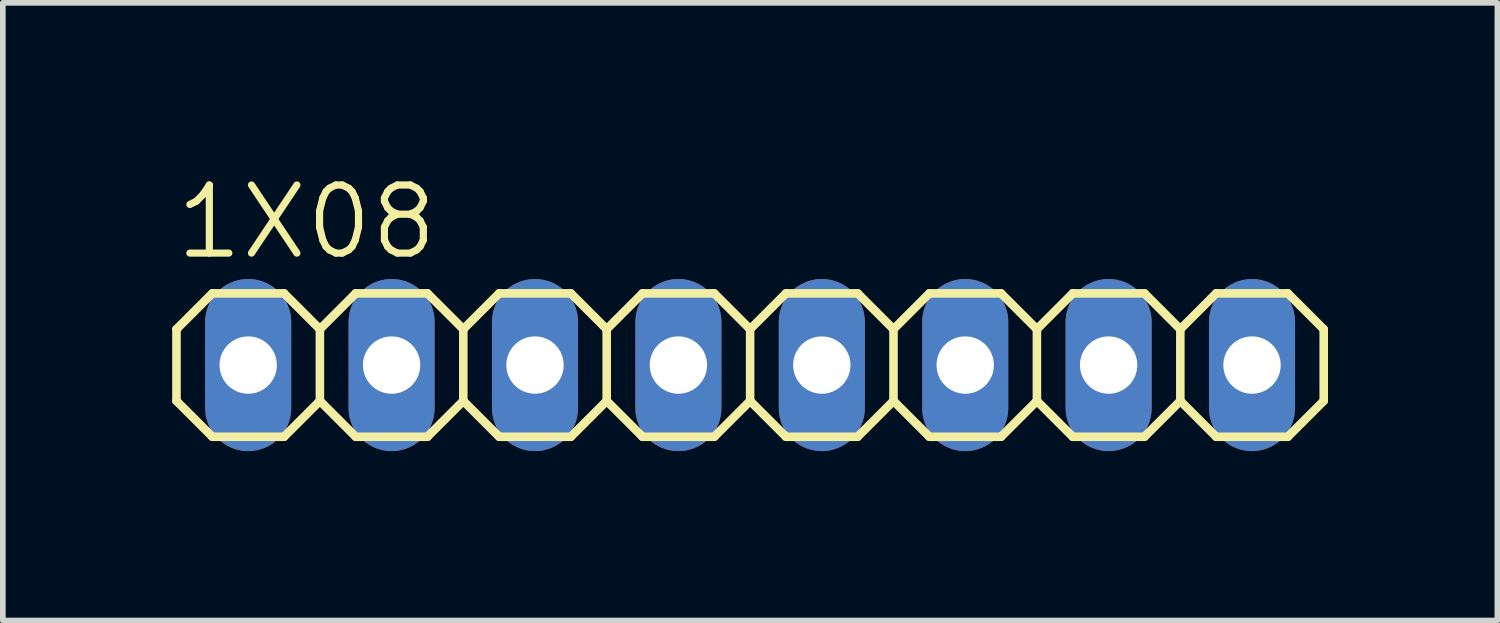
<source format=kicad_pcb>
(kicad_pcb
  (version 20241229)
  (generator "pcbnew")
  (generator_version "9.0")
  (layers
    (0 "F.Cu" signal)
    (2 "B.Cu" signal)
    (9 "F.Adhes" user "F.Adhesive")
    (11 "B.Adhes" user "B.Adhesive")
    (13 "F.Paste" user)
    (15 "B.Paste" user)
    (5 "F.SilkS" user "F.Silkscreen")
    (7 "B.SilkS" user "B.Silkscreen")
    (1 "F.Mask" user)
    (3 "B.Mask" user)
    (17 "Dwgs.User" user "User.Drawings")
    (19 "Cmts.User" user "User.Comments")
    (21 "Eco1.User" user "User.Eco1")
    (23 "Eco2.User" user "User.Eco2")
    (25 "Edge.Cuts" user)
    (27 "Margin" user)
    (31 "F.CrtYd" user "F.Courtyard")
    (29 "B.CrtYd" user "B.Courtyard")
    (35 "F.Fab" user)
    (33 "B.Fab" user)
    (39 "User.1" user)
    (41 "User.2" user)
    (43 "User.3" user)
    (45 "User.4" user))
  (footprint "1X08"
    (layer "F.Cu")
    (at 10.236 3.416)
    (property "Reference" "1X08" (at -10.236 -1.829 0) (layer "F.SilkS") (effects (font (size 1.206 1.206) (thickness 0.127)) (justify left bottom)))
    (attr through_hole)
    (fp_line (start -10.16 -0.635) (end -10.16 0.635) (stroke (width 0.152) (type solid)) (layer "F.SilkS"))
    (fp_line (start -10.16 0.635) (end -9.525 1.27) (stroke (width 0.152) (type solid)) (layer "F.SilkS"))
    (fp_line (start -9.525 -1.27) (end -10.16 -0.635) (stroke (width 0.152) (type solid)) (layer "F.SilkS"))
    (fp_line (start -9.525 -1.27) (end -8.255 -1.27) (stroke (width 0.152) (type solid)) (layer "F.SilkS"))
    (fp_line (start -8.255 -1.27) (end -7.62 -0.635) (stroke (width 0.152) (type solid)) (layer "F.SilkS"))
    (fp_line (start -8.255 1.27) (end -9.525 1.27) (stroke (width 0.152) (type solid)) (layer "F.SilkS"))
    (fp_line (start -7.62 -0.635) (end -7.62 0.635) (stroke (width 0.152) (type solid)) (layer "F.SilkS"))
    (fp_line (start -7.62 -0.635) (end -6.985 -1.27) (stroke (width 0.152) (type solid)) (layer "F.SilkS"))
    (fp_line (start -7.62 0.635) (end -8.255 1.27) (stroke (width 0.152) (type solid)) (layer "F.SilkS"))
    (fp_line (start -6.985 -1.27) (end -5.715 -1.27) (stroke (width 0.152) (type solid)) (layer "F.SilkS"))
    (fp_line (start -6.985 1.27) (end -7.62 0.635) (stroke (width 0.152) (type solid)) (layer "F.SilkS"))
    (fp_line (start -5.715 -1.27) (end -5.08 -0.635) (stroke (width 0.152) (type solid)) (layer "F.SilkS"))
    (fp_line (start -5.715 1.27) (end -6.985 1.27) (stroke (width 0.152) (type solid)) (layer "F.SilkS"))
    (fp_line (start -5.08 -0.635) (end -5.08 0.635) (stroke (width 0.152) (type solid)) (layer "F.SilkS"))
    (fp_line (start -5.08 -0.635) (end -4.445 -1.27) (stroke (width 0.152) (type solid)) (layer "F.SilkS"))
    (fp_line (start -5.08 0.635) (end -5.715 1.27) (stroke (width 0.152) (type solid)) (layer "F.SilkS"))
    (fp_line (start -4.445 -1.27) (end -3.175 -1.27) (stroke (width 0.152) (type solid)) (layer "F.SilkS"))
    (fp_line (start -4.445 1.27) (end -5.08 0.635) (stroke (width 0.152) (type solid)) (layer "F.SilkS"))
    (fp_line (start -3.175 -1.27) (end -2.54 -0.635) (stroke (width 0.152) (type solid)) (layer "F.SilkS"))
    (fp_line (start -3.175 1.27) (end -4.445 1.27) (stroke (width 0.152) (type solid)) (layer "F.SilkS"))
    (fp_line (start -2.54 -0.635) (end -2.54 0.635) (stroke (width 0.152) (type solid)) (layer "F.SilkS"))
    (fp_line (start -2.54 0.635) (end -3.175 1.27) (stroke (width 0.152) (type solid)) (layer "F.SilkS"))
    (fp_line (start -2.54 0.635) (end -1.905 1.27) (stroke (width 0.152) (type solid)) (layer "F.SilkS"))
    (fp_line (start -1.905 -1.27) (end -2.54 -0.635) (stroke (width 0.152) (type solid)) (layer "F.SilkS"))
    (fp_line (start -1.905 -1.27) (end -0.635 -1.27) (stroke (width 0.152) (type solid)) (layer "F.SilkS"))
    (fp_line (start -0.635 -1.27) (end 0 -0.635) (stroke (width 0.152) (type solid)) (layer "F.SilkS"))
    (fp_line (start -0.635 1.27) (end -1.905 1.27) (stroke (width 0.152) (type solid)) (layer "F.SilkS"))
    (fp_line (start 0 -0.635) (end 0 0.635) (stroke (width 0.152) (type solid)) (layer "F.SilkS"))
    (fp_line (start 0 -0.635) (end 0.635 -1.27) (stroke (width 0.152) (type solid)) (layer "F.SilkS"))
    (fp_line (start 0 0.635) (end -0.635 1.27) (stroke (width 0.152) (type solid)) (layer "F.SilkS"))
    (fp_line (start 0.635 -1.27) (end 1.905 -1.27) (stroke (width 0.152) (type solid)) (layer "F.SilkS"))
    (fp_line (start 0.635 1.27) (end 0 0.635) (stroke (width 0.152) (type solid)) (layer "F.SilkS"))
    (fp_line (start 1.905 -1.27) (end 2.54 -0.635) (stroke (width 0.152) (type solid)) (layer "F.SilkS"))
    (fp_line (start 1.905 1.27) (end 0.635 1.27) (stroke (width 0.152) (type solid)) (layer "F.SilkS"))
    (fp_line (start 2.54 -0.635) (end 2.54 0.635) (stroke (width 0.152) (type solid)) (layer "F.SilkS"))
    (fp_line (start 2.54 -0.635) (end 3.175 -1.27) (stroke (width 0.152) (type solid)) (layer "F.SilkS"))
    (fp_line (start 2.54 0.635) (end 1.905 1.27) (stroke (width 0.152) (type solid)) (layer "F.SilkS"))
    (fp_line (start 3.175 -1.27) (end 4.445 -1.27) (stroke (width 0.152) (type solid)) (layer "F.SilkS"))
    (fp_line (start 3.175 1.27) (end 2.54 0.635) (stroke (width 0.152) (type solid)) (layer "F.SilkS"))
    (fp_line (start 4.445 -1.27) (end 5.08 -0.635) (stroke (width 0.152) (type solid)) (layer "F.SilkS"))
    (fp_line (start 4.445 1.27) (end 3.175 1.27) (stroke (width 0.152) (type solid)) (layer "F.SilkS"))
    (fp_line (start 5.08 -0.635) (end 5.08 0.635) (stroke (width 0.152) (type solid)) (layer "F.SilkS"))
    (fp_line (start 5.08 0.635) (end 4.445 1.27) (stroke (width 0.152) (type solid)) (layer "F.SilkS"))
    (fp_line (start 5.08 0.635) (end 5.715 1.27) (stroke (width 0.152) (type solid)) (layer "F.SilkS"))
    (fp_line (start 5.715 -1.27) (end 5.08 -0.635) (stroke (width 0.152) (type solid)) (layer "F.SilkS"))
    (fp_line (start 5.715 -1.27) (end 6.985 -1.27) (stroke (width 0.152) (type solid)) (layer "F.SilkS"))
    (fp_line (start 6.985 -1.27) (end 7.62 -0.635) (stroke (width 0.152) (type solid)) (layer "F.SilkS"))
    (fp_line (start 6.985 1.27) (end 5.715 1.27) (stroke (width 0.152) (type solid)) (layer "F.SilkS"))
    (fp_line (start 7.62 -0.635) (end 7.62 0.635) (stroke (width 0.152) (type solid)) (layer "F.SilkS"))
    (fp_line (start 7.62 0.635) (end 6.985 1.27) (stroke (width 0.152) (type solid)) (layer "F.SilkS"))
    (fp_line (start 7.62 0.635) (end 8.255 1.27) (stroke (width 0.152) (type solid)) (layer "F.SilkS"))
    (fp_line (start 8.255 -1.27) (end 7.62 -0.635) (stroke (width 0.152) (type solid)) (layer "F.SilkS"))
    (fp_line (start 8.255 -1.27) (end 9.525 -1.27) (stroke (width 0.152) (type solid)) (layer "F.SilkS"))
    (fp_line (start 9.525 -1.27) (end 10.16 -0.635) (stroke (width 0.152) (type solid)) (layer "F.SilkS"))
    (fp_line (start 9.525 1.27) (end 8.255 1.27) (stroke (width 0.152) (type solid)) (layer "F.SilkS"))
    (fp_line (start 10.16 -0.635) (end 10.16 0.635) (stroke (width 0.152) (type solid)) (layer "F.SilkS"))
    (fp_line (start 10.16 0.635) (end 9.525 1.27) (stroke (width 0.152) (type solid)) (layer "F.SilkS"))
    (fp_poly (pts (xy -9.144 0.254) (xy -8.636 0.254) (xy -8.636 -0.254) (xy -9.144 -0.254)) (stroke (width 0.1) (type solid)) (fill no) (layer "F.Fab"))
    (fp_poly (pts (xy -6.604 0.254) (xy -6.096 0.254) (xy -6.096 -0.254) (xy -6.604 -0.254)) (stroke (width 0.1) (type solid)) (fill no) (layer "F.Fab"))
    (fp_poly (pts (xy -4.064 0.254) (xy -3.556 0.254) (xy -3.556 -0.254) (xy -4.064 -0.254)) (stroke (width 0.1) (type solid)) (fill no) (layer "F.Fab"))
    (fp_poly (pts (xy -1.524 0.254) (xy -1.016 0.254) (xy -1.016 -0.254) (xy -1.524 -0.254)) (stroke (width 0.1) (type solid)) (fill no) (layer "F.Fab"))
    (fp_poly (pts (xy 1.016 0.254) (xy 1.524 0.254) (xy 1.524 -0.254) (xy 1.016 -0.254)) (stroke (width 0.1) (type solid)) (fill no) (layer "F.Fab"))
    (fp_poly (pts (xy 3.556 0.254) (xy 4.064 0.254) (xy 4.064 -0.254) (xy 3.556 -0.254)) (stroke (width 0.1) (type solid)) (fill no) (layer "F.Fab"))
    (fp_poly (pts (xy 6.096 0.254) (xy 6.604 0.254) (xy 6.604 -0.254) (xy 6.096 -0.254)) (stroke (width 0.1) (type solid)) (fill no) (layer "F.Fab"))
    (fp_poly (pts (xy 8.636 0.254) (xy 9.144 0.254) (xy 9.144 -0.254) (xy 8.636 -0.254)) (stroke (width 0.1) (type solid)) (fill no) (layer "F.Fab"))
    (pad "1" thru_hole oval (at -8.89 0 90) (size 3.048 1.524) (drill 1.016) (layers "*.Cu" "*.Mask"))
    (pad "2" thru_hole oval (at -6.35 0 90) (size 3.048 1.524) (drill 1.016) (layers "*.Cu" "*.Mask"))
    (pad "3" thru_hole oval (at -3.81 0 90) (size 3.048 1.524) (drill 1.016) (layers "*.Cu" "*.Mask"))
    (pad "4" thru_hole oval (at -1.27 0 90) (size 3.048 1.524) (drill 1.016) (layers "*.Cu" "*.Mask"))
    (pad "5" thru_hole oval (at 1.27 0 90) (size 3.048 1.524) (drill 1.016) (layers "*.Cu" "*.Mask"))
    (pad "6" thru_hole oval (at 3.81 0 90) (size 3.048 1.524) (drill 1.016) (layers "*.Cu" "*.Mask"))
    (pad "7" thru_hole oval (at 6.35 0 90) (size 3.048 1.524) (drill 1.016) (layers "*.Cu" "*.Mask"))
    (pad "8" thru_hole oval (at 8.89 0 90) (size 3.048 1.524) (drill 1.016) (layers "*.Cu" "*.Mask")))
  (gr_rect
    (start -3 -3)
    (end 23.472 7.94)
    (stroke (width 0.1) (type default))
    (fill no)
    (layer "Edge.Cuts")))
</source>
